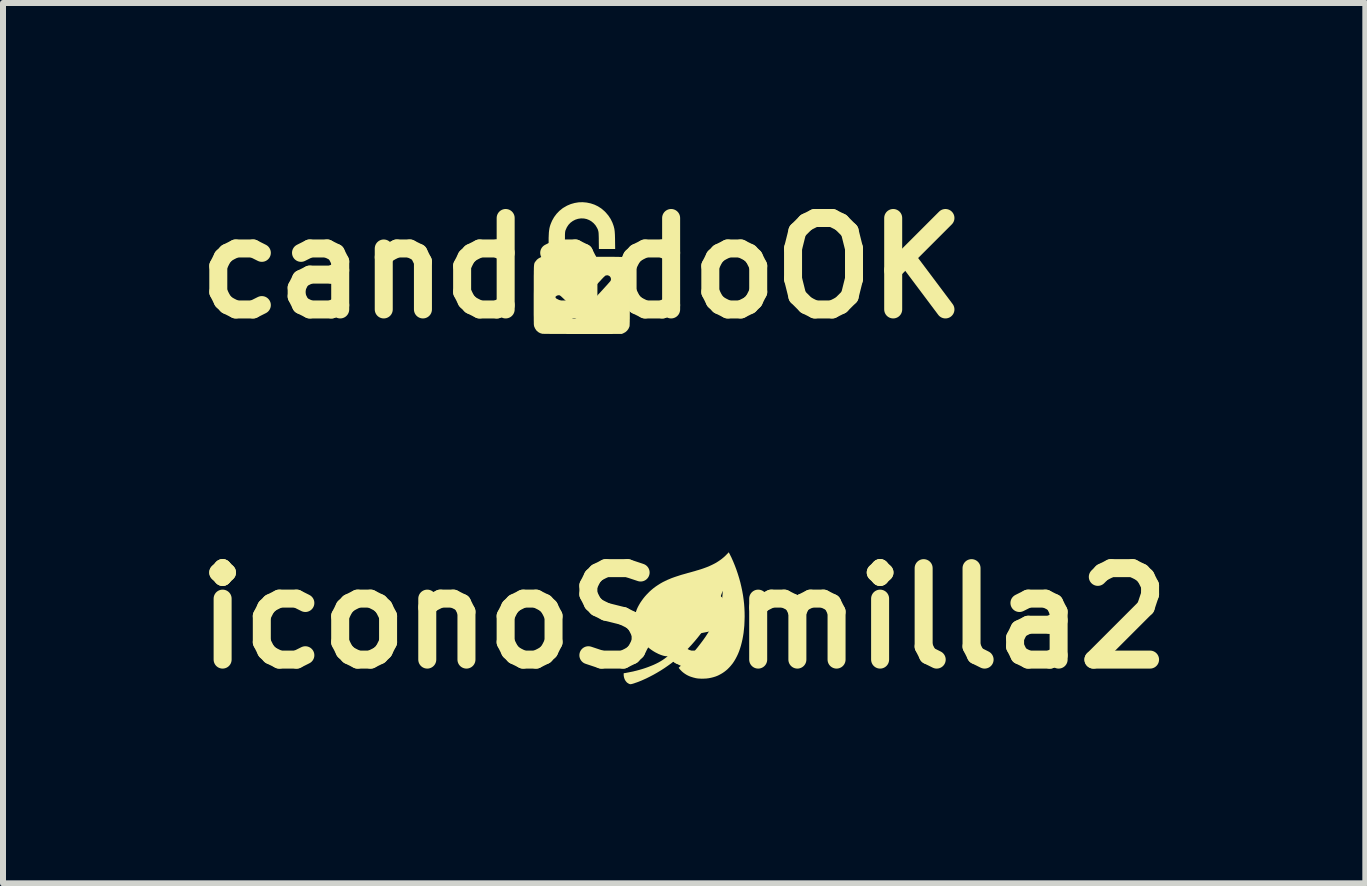
<source format=kicad_pcb>
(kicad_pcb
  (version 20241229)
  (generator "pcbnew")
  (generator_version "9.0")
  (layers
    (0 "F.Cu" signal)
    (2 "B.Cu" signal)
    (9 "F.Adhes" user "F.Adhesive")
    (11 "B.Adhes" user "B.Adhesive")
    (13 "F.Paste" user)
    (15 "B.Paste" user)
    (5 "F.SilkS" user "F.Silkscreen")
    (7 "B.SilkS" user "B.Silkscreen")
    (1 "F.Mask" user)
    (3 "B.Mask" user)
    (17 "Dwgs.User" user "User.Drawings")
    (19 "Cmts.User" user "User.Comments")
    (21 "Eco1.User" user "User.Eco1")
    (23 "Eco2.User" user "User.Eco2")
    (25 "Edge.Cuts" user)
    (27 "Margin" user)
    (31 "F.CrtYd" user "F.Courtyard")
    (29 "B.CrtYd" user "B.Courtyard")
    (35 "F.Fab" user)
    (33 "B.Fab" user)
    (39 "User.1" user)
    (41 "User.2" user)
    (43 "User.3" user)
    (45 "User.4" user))
  (footprint "iconoSemilla2"
    (layer "F.Cu")
    (at 8.353 7.254)
    (property "Reference" "iconoSemilla2" (at 0 0 0) (layer "F.SilkS") (effects (font (size 1.524 1.524) (thickness 0.3))))
    (attr board_only exclude_from_pos_files exclude_from_bom)
    (fp_poly (pts (xy 0.743 -1.097) (xy 0.745 -1.094) (xy 0.748 -1.089) (xy 0.752 -1.082) (xy 0.756 -1.074) (xy 0.761 -1.066) (xy 0.765 -1.056) (xy 0.77 -1.047) (xy 0.775 -1.037) (xy 0.779 -1.028) (xy 0.784 -1.02) (xy 0.786 -1.015) (xy 0.816 -0.948) (xy 0.844 -0.88) (xy 0.87 -0.811) (xy 0.894 -0.74) (xy 0.916 -0.669) (xy 0.936 -0.597) (xy 0.953 -0.525) (xy 0.968 -0.453) (xy 0.981 -0.381) (xy 0.991 -0.309) (xy 0.999 -0.239) (xy 1.004 -0.17) (xy 1.007 -0.099) (xy 1.008 -0.028) (xy 1.006 0.044) (xy 1.003 0.117) (xy 1.002 0.13) (xy 0.996 0.189) (xy 0.99 0.246) (xy 0.981 0.302) (xy 0.971 0.355) (xy 0.959 0.407) (xy 0.946 0.457) (xy 0.931 0.506) (xy 0.915 0.552) (xy 0.897 0.596) (xy 0.877 0.638) (xy 0.856 0.678) (xy 0.834 0.715) (xy 0.81 0.751) (xy 0.802 0.761) (xy 0.79 0.776) (xy 0.777 0.792) (xy 0.763 0.808) (xy 0.748 0.824) (xy 0.733 0.839) (xy 0.719 0.853) (xy 0.705 0.865) (xy 0.699 0.87) (xy 0.667 0.895) (xy 0.634 0.917) (xy 0.599 0.937) (xy 0.564 0.955) (xy 0.527 0.97) (xy 0.489 0.982) (xy 0.45 0.992) (xy 0.409 1) (xy 0.368 1.005) (xy 0.326 1.007) (xy 0.289 1.008) (xy 0.262 1.006) (xy 0.237 1.005) (xy 0.213 1.002) (xy 0.19 0.998) (xy 0.167 0.992) (xy 0.165 0.992) (xy 0.131 0.982) (xy 0.098 0.971) (xy 0.066 0.957) (xy 0.036 0.941) (xy 0.008 0.923) (xy -0.019 0.903) (xy -0.044 0.881) (xy -0.045 0.879) (xy -0.051 0.873) (xy -0.058 0.866) (xy -0.065 0.859) (xy -0.071 0.852) (xy -0.077 0.845) (xy -0.082 0.838) (xy -0.086 0.833) (xy -0.089 0.828) (xy -0.091 0.826) (xy -0.091 0.825) (xy -0.09 0.824) (xy -0.087 0.821) (xy -0.087 0.821) (xy -0.083 0.817) (xy -0.077 0.812) (xy -0.069 0.805) (xy -0.06 0.796) (xy -0.05 0.786) (xy -0.039 0.776) (xy -0.027 0.764) (xy -0.015 0.752) (xy -0.003 0.739) (xy 0.01 0.726) (xy 0.023 0.713) (xy 0.036 0.7) (xy 0.048 0.687) (xy 0.06 0.675) (xy 0.071 0.663) (xy 0.081 0.653) (xy 0.083 0.65) (xy 0.133 0.594) (xy 0.181 0.538) (xy 0.227 0.482) (xy 0.271 0.425) (xy 0.313 0.369) (xy 0.353 0.313) (xy 0.39 0.256) (xy 0.425 0.201) (xy 0.457 0.145) (xy 0.487 0.091) (xy 0.494 0.078) (xy 0.52 0.024) (xy 0.544 -0.03) (xy 0.566 -0.082) (xy 0.584 -0.134) (xy 0.6 -0.185) (xy 0.614 -0.235) (xy 0.624 -0.284) (xy 0.633 -0.333) (xy 0.638 -0.381) (xy 0.639 -0.385) (xy 0.639 -0.394) (xy 0.64 -0.403) (xy 0.641 -0.413) (xy 0.641 -0.422) (xy 0.641 -0.432) (xy 0.642 -0.44) (xy 0.642 -0.447) (xy 0.642 -0.452) (xy 0.642 -0.455) (xy 0.642 -0.456) (xy 0.642 -0.456) (xy 0.641 -0.455) (xy 0.64 -0.451) (xy 0.638 -0.446) (xy 0.635 -0.439) (xy 0.632 -0.43) (xy 0.63 -0.423) (xy 0.602 -0.345) (xy 0.572 -0.269) (xy 0.541 -0.195) (xy 0.507 -0.122) (xy 0.471 -0.051) (xy 0.432 0.018) (xy 0.392 0.087) (xy 0.349 0.154) (xy 0.304 0.22) (xy 0.271 0.265) (xy 0.224 0.325) (xy 0.175 0.384) (xy 0.124 0.442) (xy 0.071 0.499) (xy 0.016 0.554) (xy -0.041 0.607) (xy -0.1 0.659) (xy -0.16 0.708) (xy -0.216 0.752) (xy -0.273 0.793) (xy -0.331 0.833) (xy -0.39 0.871) (xy -0.45 0.907) (xy -0.51 0.941) (xy -0.571 0.973) (xy -0.631 1.003) (xy -0.691 1.03) (xy -0.716 1.041) (xy -0.741 1.051) (xy -0.766 1.061) (xy -0.791 1.07) (xy -0.815 1.078) (xy -0.837 1.086) (xy -0.858 1.092) (xy -0.868 1.095) (xy -0.877 1.097) (xy -0.883 1.098) (xy -0.887 1.099) (xy -0.891 1.1) (xy -0.894 1.1) (xy -0.898 1.099) (xy -0.902 1.099) (xy -0.913 1.096) (xy -0.925 1.09) (xy -0.937 1.083) (xy -0.949 1.075) (xy -0.959 1.066) (xy -0.972 1.05) (xy -0.984 1.033) (xy -0.993 1.014) (xy -1 0.994) (xy -1.005 0.973) (xy -1.008 0.951) (xy -1.008 0.938) (xy -1.008 0.931) (xy -1.008 0.925) (xy -1.008 0.921) (xy -1.008 0.918) (xy -1.008 0.918) (xy -1.006 0.917) (xy -1.002 0.916) (xy -0.997 0.915) (xy -0.99 0.914) (xy -0.986 0.914) (xy -0.955 0.908) (xy -0.923 0.902) (xy -0.889 0.895) (xy -0.853 0.888) (xy -0.818 0.879) (xy -0.804 0.876) (xy -0.751 0.862) (xy -0.699 0.847) (xy -0.65 0.831) (xy -0.602 0.814) (xy -0.556 0.796) (xy -0.512 0.778) (xy -0.471 0.759) (xy -0.431 0.739) (xy -0.394 0.718) (xy -0.36 0.697) (xy -0.328 0.675) (xy -0.298 0.652) (xy -0.286 0.642) (xy -0.274 0.632) (xy -0.283 0.633) (xy -0.296 0.633) (xy -0.312 0.632) (xy -0.328 0.629) (xy -0.347 0.625) (xy -0.366 0.619) (xy -0.387 0.612) (xy -0.409 0.603) (xy -0.431 0.594) (xy -0.446 0.586) (xy -0.482 0.568) (xy -0.517 0.547) (xy -0.551 0.524) (xy -0.584 0.499) (xy -0.616 0.473) (xy -0.646 0.445) (xy -0.674 0.417) (xy -0.701 0.387) (xy -0.724 0.357) (xy -0.74 0.335) (xy -0.76 0.303) (xy -0.778 0.27) (xy -0.793 0.237) (xy -0.805 0.204) (xy -0.816 0.17) (xy -0.823 0.135) (xy -0.827 0.111) (xy -0.828 0.103) (xy -0.829 0.092) (xy -0.83 0.079) (xy -0.83 0.066) (xy -0.83 0.052) (xy -0.83 0.038) (xy -0.829 0.024) (xy -0.829 0.012) (xy -0.828 0.001) (xy -0.827 -0.007) (xy -0.821 -0.043) (xy -0.812 -0.079) (xy -0.801 -0.115) (xy -0.788 -0.151) (xy -0.772 -0.186) (xy -0.753 -0.221) (xy -0.732 -0.257) (xy -0.708 -0.292) (xy -0.682 -0.328) (xy -0.653 -0.364) (xy -0.641 -0.377) (xy -0.635 -0.384) (xy -0.627 -0.393) (xy -0.618 -0.402) (xy -0.608 -0.412) (xy -0.598 -0.423) (xy -0.587 -0.433) (xy -0.577 -0.444) (xy -0.567 -0.453) (xy -0.558 -0.461) (xy -0.55 -0.468) (xy -0.547 -0.471) (xy -0.512 -0.5) (xy -0.476 -0.527) (xy -0.439 -0.552) (xy -0.401 -0.576) (xy -0.361 -0.599) (xy -0.32 -0.62) (xy -0.277 -0.64) (xy -0.231 -0.659) (xy -0.22 -0.664) (xy -0.202 -0.671) (xy -0.182 -0.678) (xy -0.163 -0.685) (xy -0.142 -0.692) (xy -0.121 -0.699) (xy -0.099 -0.706) (xy -0.075 -0.714) (xy -0.05 -0.722) (xy -0.022 -0.73) (xy 0.007 -0.738) (xy 0.039 -0.747) (xy 0.055 -0.752) (xy 0.082 -0.759) (xy 0.107 -0.766) (xy 0.129 -0.772) (xy 0.149 -0.778) (xy 0.168 -0.783) (xy 0.185 -0.788) (xy 0.2 -0.793) (xy 0.214 -0.797) (xy 0.227 -0.801) (xy 0.239 -0.804) (xy 0.251 -0.808) (xy 0.261 -0.811) (xy 0.272 -0.814) (xy 0.283 -0.818) (xy 0.293 -0.821) (xy 0.296 -0.822) (xy 0.341 -0.838) (xy 0.384 -0.854) (xy 0.424 -0.871) (xy 0.463 -0.889) (xy 0.499 -0.907) (xy 0.534 -0.926) (xy 0.567 -0.947) (xy 0.598 -0.968) (xy 0.628 -0.99) (xy 0.657 -1.014) (xy 0.664 -1.02) (xy 0.672 -1.027) (xy 0.681 -1.036) (xy 0.691 -1.045) (xy 0.7 -1.054) (xy 0.709 -1.064) (xy 0.718 -1.072) (xy 0.725 -1.08) (xy 0.731 -1.086) (xy 0.731 -1.087) (xy 0.735 -1.091) (xy 0.739 -1.095) (xy 0.741 -1.098) (xy 0.743 -1.099)) (stroke (width 0) (type solid)) (fill yes) (layer "F.SilkS")))
  (footprint "candadoOK"
    (layer "F.Cu")
    (at 6.648 1.418)
    (property "Reference" "candadoOK" (at 0 0 0) (layer "F.SilkS") (effects (font (size 1.524 1.524) (thickness 0.3))))
    (attr board_only exclude_from_pos_files exclude_from_bom)
    (fp_poly (pts (xy 0.08 -1.092) (xy 0.147 -1.078) (xy 0.21 -1.057) (xy 0.268 -1.029) (xy 0.323 -0.994) (xy 0.375 -0.95) (xy 0.398 -0.927) (xy 0.442 -0.875) (xy 0.479 -0.819) (xy 0.509 -0.758) (xy 0.524 -0.717) (xy 0.531 -0.696) (xy 0.536 -0.676) (xy 0.541 -0.656) (xy 0.544 -0.636) (xy 0.547 -0.613) (xy 0.549 -0.586) (xy 0.551 -0.555) (xy 0.552 -0.518) (xy 0.553 -0.474) (xy 0.553 -0.461) (xy 0.555 -0.318) (xy 0.284 -0.318) (xy 0.282 -0.457) (xy 0.282 -0.498) (xy 0.281 -0.532) (xy 0.28 -0.56) (xy 0.279 -0.582) (xy 0.277 -0.6) (xy 0.274 -0.616) (xy 0.27 -0.63) (xy 0.266 -0.643) (xy 0.26 -0.656) (xy 0.252 -0.671) (xy 0.252 -0.672) (xy 0.227 -0.713) (xy 0.195 -0.749) (xy 0.157 -0.78) (xy 0.122 -0.8) (xy 0.08 -0.817) (xy 0.037 -0.826) (xy -0.008 -0.828) (xy -0.015 -0.828) (xy -0.064 -0.821) (xy -0.11 -0.806) (xy -0.152 -0.784) (xy -0.19 -0.756) (xy -0.223 -0.721) (xy -0.25 -0.68) (xy -0.27 -0.635) (xy -0.273 -0.627) (xy -0.276 -0.619) (xy -0.277 -0.611) (xy -0.279 -0.601) (xy -0.28 -0.589) (xy -0.281 -0.574) (xy -0.282 -0.555) (xy -0.282 -0.53) (xy -0.282 -0.498) (xy -0.283 -0.461) (xy -0.284 -0.318) (xy -0.554 -0.318) (xy -0.554 -0.446) (xy -0.554 -0.501) (xy -0.552 -0.549) (xy -0.55 -0.591) (xy -0.546 -0.628) (xy -0.541 -0.661) (xy -0.534 -0.691) (xy -0.525 -0.72) (xy -0.514 -0.749) (xy -0.501 -0.779) (xy -0.497 -0.789) (xy -0.463 -0.849) (xy -0.422 -0.904) (xy -0.375 -0.953) (xy -0.322 -0.996) (xy -0.305 -1.007) (xy -0.246 -1.041) (xy -0.184 -1.067) (xy -0.12 -1.085) (xy -0.054 -1.096) (xy 0.013 -1.098)) (stroke (width 0) (type solid)) (fill yes) (layer "F.SilkS"))
    (fp_poly (pts (xy 0.34 -0.188) (xy 0.407 -0.188) (xy 0.466 -0.188) (xy 0.518 -0.188) (xy 0.561 -0.187) (xy 0.597 -0.187) (xy 0.625 -0.186) (xy 0.646 -0.186) (xy 0.659 -0.185) (xy 0.664 -0.185) (xy 0.696 -0.174) (xy 0.727 -0.156) (xy 0.754 -0.133) (xy 0.775 -0.106) (xy 0.776 -0.105) (xy 0.779 -0.099) (xy 0.783 -0.094) (xy 0.785 -0.089) (xy 0.788 -0.083) (xy 0.79 -0.076) (xy 0.792 -0.068) (xy 0.793 -0.058) (xy 0.795 -0.046) (xy 0.796 -0.03) (xy 0.797 -0.012) (xy 0.797 0.011) (xy 0.798 0.038) (xy 0.798 0.069) (xy 0.799 0.106) (xy 0.799 0.149) (xy 0.799 0.198) (xy 0.799 0.253) (xy 0.799 0.316) (xy 0.799 0.387) (xy 0.799 0.456) (xy 0.799 0.533) (xy 0.799 0.601) (xy 0.799 0.662) (xy 0.799 0.716) (xy 0.799 0.763) (xy 0.799 0.804) (xy 0.799 0.839) (xy 0.798 0.869) (xy 0.798 0.894) (xy 0.797 0.915) (xy 0.797 0.932) (xy 0.796 0.945) (xy 0.796 0.956) (xy 0.795 0.964) (xy 0.794 0.97) (xy 0.793 0.975) (xy 0.792 0.978) (xy 0.776 1.013) (xy 0.753 1.044) (xy 0.724 1.069) (xy 0.69 1.087) (xy 0.689 1.088) (xy 0.664 1.098) (xy 0.011 1.099) (xy -0.064 1.099) (xy -0.136 1.099) (xy -0.206 1.099) (xy -0.273 1.098) (xy -0.336 1.098) (xy -0.394 1.098) (xy -0.449 1.098) (xy -0.498 1.098) (xy -0.542 1.097) (xy -0.579 1.097) (xy -0.611 1.097) (xy -0.635 1.096) (xy -0.651 1.096) (xy -0.66 1.096) (xy -0.661 1.095) (xy -0.697 1.084) (xy -0.729 1.066) (xy -0.757 1.041) (xy -0.778 1.01) (xy -0.794 0.976) (xy -0.799 0.953) (xy -0.8 0.944) (xy -0.801 0.927) (xy -0.801 0.902) (xy -0.802 0.869) (xy -0.802 0.827) (xy -0.803 0.778) (xy -0.803 0.721) (xy -0.803 0.657) (xy -0.803 0.585) (xy -0.803 0.518) (xy -0.451 0.518) (xy -0.449 0.537) (xy -0.444 0.55) (xy -0.439 0.556) (xy -0.429 0.567) (xy -0.415 0.582) (xy -0.396 0.602) (xy -0.374 0.625) (xy -0.349 0.65) (xy -0.322 0.678) (xy -0.305 0.696) (xy -0.268 0.734) (xy -0.236 0.766) (xy -0.209 0.792) (xy -0.187 0.813) (xy -0.171 0.828) (xy -0.16 0.837) (xy -0.157 0.838) (xy -0.135 0.845) (xy -0.113 0.843) (xy -0.093 0.833) (xy -0.088 0.829) (xy -0.078 0.818) (xy -0.062 0.802) (xy -0.043 0.782) (xy -0.02 0.757) (xy 0.007 0.729) (xy 0.036 0.697) (xy 0.068 0.663) (xy 0.101 0.628) (xy 0.136 0.59) (xy 0.171 0.552) (xy 0.207 0.513) (xy 0.243 0.474) (xy 0.277 0.436) (xy 0.311 0.4) (xy 0.343 0.365) (xy 0.373 0.332) (xy 0.4 0.302) (xy 0.424 0.276) (xy 0.444 0.253) (xy 0.46 0.235) (xy 0.471 0.222) (xy 0.477 0.215) (xy 0.478 0.214) (xy 0.485 0.193) (xy 0.484 0.173) (xy 0.477 0.153) (xy 0.465 0.137) (xy 0.447 0.126) (xy 0.427 0.12) (xy 0.422 0.12) (xy 0.408 0.122) (xy 0.394 0.125) (xy 0.392 0.126) (xy 0.385 0.132) (xy 0.374 0.142) (xy 0.359 0.156) (xy 0.343 0.173) (xy 0.335 0.181) (xy 0.324 0.193) (xy 0.309 0.21) (xy 0.288 0.232) (xy 0.264 0.258) (xy 0.236 0.288) (xy 0.205 0.322) (xy 0.172 0.357) (xy 0.138 0.394) (xy 0.102 0.433) (xy 0.08 0.457) (xy -0.13 0.684) (xy -0.244 0.57) (xy -0.274 0.54) (xy -0.299 0.516) (xy -0.319 0.497) (xy -0.335 0.482) (xy -0.347 0.471) (xy -0.357 0.463) (xy -0.364 0.458) (xy -0.37 0.455) (xy -0.375 0.453) (xy -0.375 0.453) (xy -0.396 0.453) (xy -0.417 0.46) (xy -0.435 0.473) (xy -0.441 0.481) (xy -0.448 0.498) (xy -0.451 0.518) (xy -0.803 0.518) (xy -0.803 0.505) (xy -0.803 0.438) (xy -0.802 0.361) (xy -0.802 0.293) (xy -0.802 0.232) (xy -0.802 0.178) (xy -0.802 0.131) (xy -0.801 0.09) (xy -0.801 0.055) (xy -0.8 0.025) (xy -0.8 -0.000413) (xy -0.799 -0.022) (xy -0.798 -0.039) (xy -0.796 -0.053) (xy -0.795 -0.065) (xy -0.793 -0.074) (xy -0.79 -0.082) (xy -0.788 -0.088) (xy -0.785 -0.094) (xy -0.781 -0.099) (xy -0.777 -0.105) (xy -0.773 -0.111) (xy -0.771 -0.113) (xy -0.748 -0.141) (xy -0.718 -0.164) (xy -0.692 -0.177) (xy -0.668 -0.187) (xy -0.013 -0.188) (xy 0.088 -0.188) (xy 0.18 -0.188) (xy 0.264 -0.188)) (stroke (width 0) (type solid)) (fill yes) (layer "F.SilkS")))
  (gr_rect
    (start -3 -3)
    (end 19.706 11.672)
    (stroke (width 0.1) (type default))
    (fill no)
    (layer "Edge.Cuts")))
</source>
